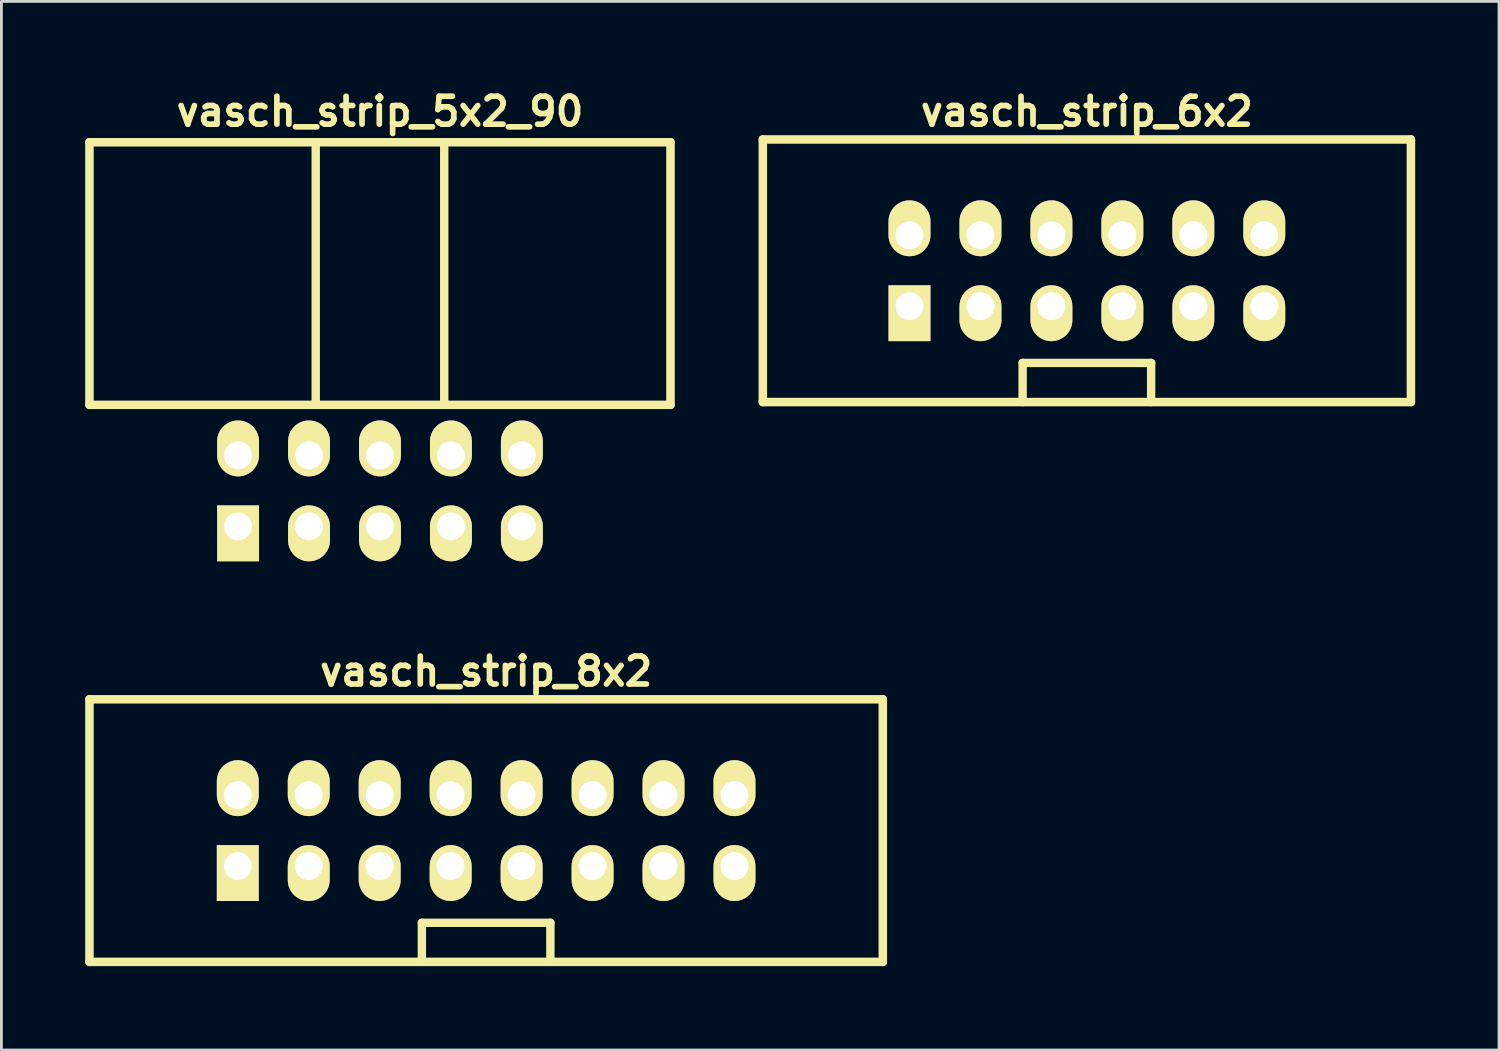
<source format=kicad_pcb>
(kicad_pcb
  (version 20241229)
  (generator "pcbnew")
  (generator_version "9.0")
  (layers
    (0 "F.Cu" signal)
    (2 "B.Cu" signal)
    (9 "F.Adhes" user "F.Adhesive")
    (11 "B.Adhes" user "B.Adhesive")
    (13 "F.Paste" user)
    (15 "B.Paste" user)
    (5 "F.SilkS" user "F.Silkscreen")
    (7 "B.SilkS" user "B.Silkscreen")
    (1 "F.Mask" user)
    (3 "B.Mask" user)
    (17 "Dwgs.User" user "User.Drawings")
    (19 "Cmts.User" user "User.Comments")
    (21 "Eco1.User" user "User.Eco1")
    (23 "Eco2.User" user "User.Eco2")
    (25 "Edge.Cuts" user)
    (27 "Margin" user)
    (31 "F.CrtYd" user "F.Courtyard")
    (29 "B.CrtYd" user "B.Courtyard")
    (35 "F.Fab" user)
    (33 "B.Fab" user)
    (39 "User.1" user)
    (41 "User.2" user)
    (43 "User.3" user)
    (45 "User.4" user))
  (footprint "vasch_strip_8x2"
    (layer "F.Cu")
    (at 14.352 26.683)
    (property "Reference" "vasch_strip_8x2" (at 0 -5.7 0) (layer "F.SilkS") (effects (font (size 1 1) (thickness 0.203))))
    (attr through_hole)
    (fp_line (start -14.2 -4.7) (end -14.2 4.7) (stroke (width 0.305) (type solid)) (layer "F.SilkS"))
    (fp_line (start -14.2 4.7) (end 14.2 4.7) (stroke (width 0.305) (type solid)) (layer "F.SilkS"))
    (fp_line (start -2.3 3.3) (end -2.3 4.7) (stroke (width 0.3) (type solid)) (layer "F.SilkS"))
    (fp_line (start 2.3 3.3) (end -2.3 3.3) (stroke (width 0.3) (type solid)) (layer "F.SilkS"))
    (fp_line (start 2.3 4.7) (end 2.3 3.3) (stroke (width 0.3) (type solid)) (layer "F.SilkS"))
    (fp_line (start 14.2 -4.7) (end -14.2 -4.7) (stroke (width 0.305) (type solid)) (layer "F.SilkS"))
    (fp_line (start 14.2 -4.7) (end 14.2 4.7) (stroke (width 0.305) (type solid)) (layer "F.SilkS"))
    (pad "1" thru_hole rect (at -8.89 1.27) (size 1.5 2) (drill 1 (offset 0 0.25)) (layers "*.Cu" "*.Mask" "F.SilkS"))
    (pad "2" thru_hole oval (at -8.89 -1.27) (size 1.5 2) (drill 1 (offset 0 -0.25)) (layers "*.Cu" "*.Mask" "F.SilkS"))
    (pad "3" thru_hole oval (at -6.35 1.27) (size 1.5 2) (drill 1 (offset 0 0.25)) (layers "*.Cu" "*.Mask" "F.SilkS"))
    (pad "4" thru_hole oval (at -6.35 -1.27) (size 1.5 2) (drill 1 (offset 0 -0.25)) (layers "*.Cu" "*.Mask" "F.SilkS"))
    (pad "5" thru_hole oval (at -3.81 1.27) (size 1.5 2) (drill 1 (offset 0 0.25)) (layers "*.Cu" "*.Mask" "F.SilkS"))
    (pad "6" thru_hole oval (at -3.81 -1.27) (size 1.5 2) (drill 1 (offset 0 -0.25)) (layers "*.Cu" "*.Mask" "F.SilkS"))
    (pad "7" thru_hole oval (at -1.27 1.27) (size 1.5 2) (drill 1 (offset 0 0.25)) (layers "*.Cu" "*.Mask" "F.SilkS"))
    (pad "8" thru_hole oval (at -1.27 -1.27) (size 1.5 2) (drill 1 (offset 0 -0.25)) (layers "*.Cu" "*.Mask" "F.SilkS"))
    (pad "9" thru_hole oval (at 1.27 1.27) (size 1.5 2) (drill 1 (offset 0 0.25)) (layers "*.Cu" "*.Mask" "F.SilkS"))
    (pad "10" thru_hole oval (at 1.27 -1.27) (size 1.5 2) (drill 1 (offset 0 -0.25)) (layers "*.Cu" "*.Mask" "F.SilkS"))
    (pad "11" thru_hole oval (at 3.81 1.27) (size 1.5 2) (drill 1 (offset 0 0.25)) (layers "*.Cu" "*.Mask" "F.SilkS"))
    (pad "12" thru_hole oval (at 3.81 -1.27) (size 1.5 2) (drill 1 (offset 0 -0.25)) (layers "*.Cu" "*.Mask" "F.SilkS"))
    (pad "13" thru_hole oval (at 6.35 1.27) (size 1.5 2) (drill 1 (offset 0 0.25)) (layers "*.Cu" "*.Mask" "F.SilkS"))
    (pad "14" thru_hole oval (at 6.35 -1.27) (size 1.5 2) (drill 1 (offset 0 -0.25)) (layers "*.Cu" "*.Mask" "F.SilkS"))
    (pad "15" thru_hole oval (at 8.89 1.27) (size 1.5 2) (drill 1 (offset 0 0.25)) (layers "*.Cu" "*.Mask" "F.SilkS"))
    (pad "16" thru_hole oval (at 8.89 -1.27) (size 1.5 2) (drill 1 (offset 0 -0.25)) (layers "*.Cu" "*.Mask" "F.SilkS")))
  (footprint "vasch_strip_5x2_90"
    (layer "F.Cu")
    (at 10.552 9.442)
    (property "Reference" "vasch_strip_5x2_90" (at 0 -8.5 0) (layer "F.SilkS") (effects (font (size 1 1) (thickness 0.203))))
    (attr through_hole)
    (fp_line (start -10.4 -7.4) (end -10.4 2) (stroke (width 0.305) (type solid)) (layer "F.SilkS"))
    (fp_line (start -10.4 2) (end 10.4 2) (stroke (width 0.305) (type solid)) (layer "F.SilkS"))
    (fp_line (start -2.3 -7.4) (end -2.3 2) (stroke (width 0.3) (type solid)) (layer "F.SilkS"))
    (fp_line (start 2.3 -7.4) (end 2.3 2) (stroke (width 0.3) (type solid)) (layer "F.SilkS"))
    (fp_line (start 10.4 -7.4) (end -10.4 -7.4) (stroke (width 0.305) (type solid)) (layer "F.SilkS"))
    (fp_line (start 10.4 -7.4) (end 10.4 2) (stroke (width 0.305) (type solid)) (layer "F.SilkS"))
    (pad "1" thru_hole rect (at -5.08 6.35) (size 1.5 2) (drill 1 (offset 0 0.25)) (layers "*.Cu" "*.Mask" "F.SilkS"))
    (pad "2" thru_hole oval (at -5.08 3.81) (size 1.5 2) (drill 1 (offset 0 -0.25)) (layers "*.Cu" "*.Mask" "F.SilkS"))
    (pad "3" thru_hole oval (at -2.54 6.35) (size 1.5 2) (drill 1 (offset 0 0.25)) (layers "*.Cu" "*.Mask" "F.SilkS"))
    (pad "4" thru_hole oval (at -2.54 3.81) (size 1.5 2) (drill 1 (offset 0 -0.25)) (layers "*.Cu" "*.Mask" "F.SilkS"))
    (pad "5" thru_hole oval (at 0 6.35) (size 1.5 2) (drill 1 (offset 0 0.25)) (layers "*.Cu" "*.Mask" "F.SilkS"))
    (pad "6" thru_hole oval (at 0 3.81) (size 1.5 2) (drill 1 (offset 0 -0.25)) (layers "*.Cu" "*.Mask" "F.SilkS"))
    (pad "7" thru_hole oval (at 2.54 6.35) (size 1.5 2) (drill 1 (offset 0 0.25)) (layers "*.Cu" "*.Mask" "F.SilkS"))
    (pad "8" thru_hole oval (at 2.54 3.81) (size 1.5 2) (drill 1 (offset 0 -0.25)) (layers "*.Cu" "*.Mask" "F.SilkS"))
    (pad "9" thru_hole oval (at 5.08 6.35) (size 1.5 2) (drill 1 (offset 0 0.25)) (layers "*.Cu" "*.Mask" "F.SilkS"))
    (pad "10" thru_hole oval (at 5.08 3.81) (size 1.5 2) (drill 1 (offset 0 -0.25)) (layers "*.Cu" "*.Mask" "F.SilkS")))
  (footprint "vasch_strip_6x2"
    (layer "F.Cu")
    (at 35.857 6.642)
    (property "Reference" "vasch_strip_6x2" (at 0 -5.7 0) (layer "F.SilkS") (effects (font (size 1 1) (thickness 0.203))))
    (attr through_hole)
    (fp_line (start -11.6 -4.7) (end -11.6 4.7) (stroke (width 0.305) (type solid)) (layer "F.SilkS"))
    (fp_line (start -11.6 4.7) (end 11.6 4.7) (stroke (width 0.305) (type solid)) (layer "F.SilkS"))
    (fp_line (start -2.3 3.3) (end -2.3 4.7) (stroke (width 0.3) (type solid)) (layer "F.SilkS"))
    (fp_line (start 2.3 3.3) (end -2.3 3.3) (stroke (width 0.3) (type solid)) (layer "F.SilkS"))
    (fp_line (start 2.3 4.7) (end 2.3 3.3) (stroke (width 0.3) (type solid)) (layer "F.SilkS"))
    (fp_line (start 11.6 -4.7) (end -11.6 -4.7) (stroke (width 0.305) (type solid)) (layer "F.SilkS"))
    (fp_line (start 11.6 -4.7) (end 11.6 4.7) (stroke (width 0.305) (type solid)) (layer "F.SilkS"))
    (pad "1" thru_hole rect (at -6.35 1.27) (size 1.5 2) (drill 1 (offset 0 0.25)) (layers "*.Cu" "*.Mask" "F.SilkS"))
    (pad "2" thru_hole oval (at -6.35 -1.27) (size 1.5 2) (drill 1 (offset 0 -0.25)) (layers "*.Cu" "*.Mask" "F.SilkS"))
    (pad "3" thru_hole oval (at -3.81 1.27) (size 1.5 2) (drill 1 (offset 0 0.25)) (layers "*.Cu" "*.Mask" "F.SilkS"))
    (pad "4" thru_hole oval (at -3.81 -1.27) (size 1.5 2) (drill 1 (offset 0 -0.25)) (layers "*.Cu" "*.Mask" "F.SilkS"))
    (pad "5" thru_hole oval (at -1.27 1.27) (size 1.5 2) (drill 1 (offset 0 0.25)) (layers "*.Cu" "*.Mask" "F.SilkS"))
    (pad "6" thru_hole oval (at -1.27 -1.27) (size 1.5 2) (drill 1 (offset 0 -0.25)) (layers "*.Cu" "*.Mask" "F.SilkS"))
    (pad "7" thru_hole oval (at 1.27 1.27) (size 1.5 2) (drill 1 (offset 0 0.25)) (layers "*.Cu" "*.Mask" "F.SilkS"))
    (pad "8" thru_hole oval (at 1.27 -1.27) (size 1.5 2) (drill 1 (offset 0 -0.25)) (layers "*.Cu" "*.Mask" "F.SilkS"))
    (pad "9" thru_hole oval (at 3.81 1.27) (size 1.5 2) (drill 1 (offset 0 0.25)) (layers "*.Cu" "*.Mask" "F.SilkS"))
    (pad "10" thru_hole oval (at 3.81 -1.27) (size 1.5 2) (drill 1 (offset 0 -0.25)) (layers "*.Cu" "*.Mask" "F.SilkS"))
    (pad "11" thru_hole oval (at 6.35 1.27) (size 1.5 2) (drill 1 (offset 0 0.25)) (layers "*.Cu" "*.Mask" "F.SilkS"))
    (pad "12" thru_hole oval (at 6.35 -1.27) (size 1.5 2) (drill 1 (offset 0 -0.25)) (layers "*.Cu" "*.Mask" "F.SilkS")))
  (gr_rect
    (start -3 -3)
    (end 50.61 34.536)
    (stroke (width 0.1) (type default))
    (fill no)
    (layer "Edge.Cuts")))
</source>
